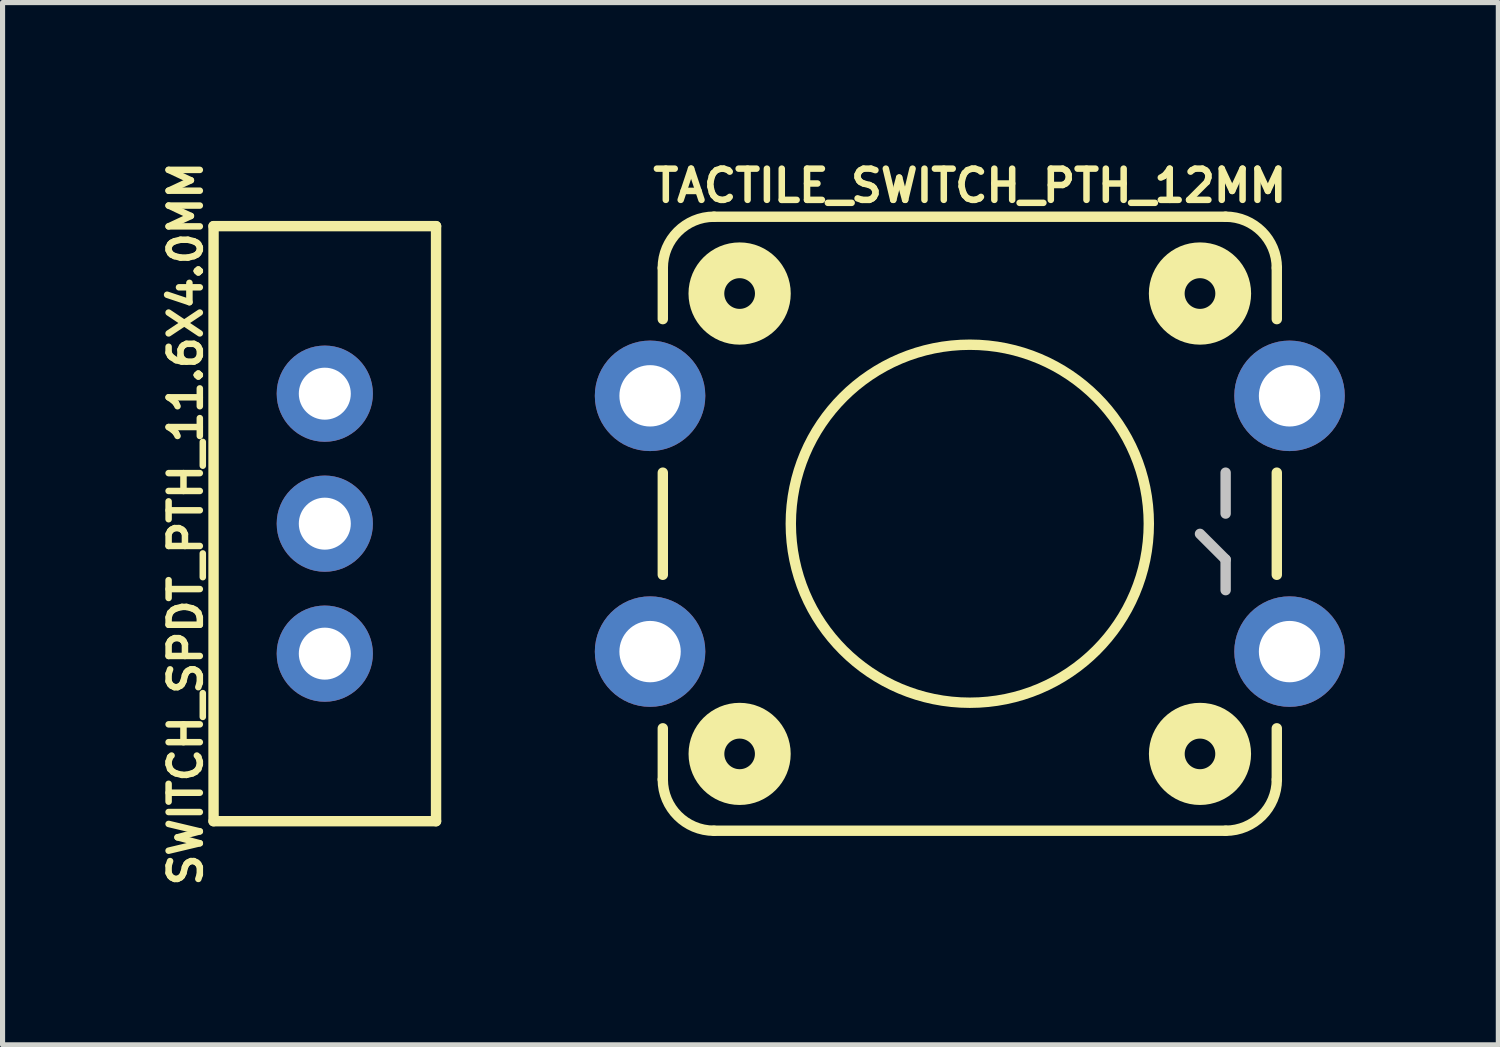
<source format=kicad_pcb>
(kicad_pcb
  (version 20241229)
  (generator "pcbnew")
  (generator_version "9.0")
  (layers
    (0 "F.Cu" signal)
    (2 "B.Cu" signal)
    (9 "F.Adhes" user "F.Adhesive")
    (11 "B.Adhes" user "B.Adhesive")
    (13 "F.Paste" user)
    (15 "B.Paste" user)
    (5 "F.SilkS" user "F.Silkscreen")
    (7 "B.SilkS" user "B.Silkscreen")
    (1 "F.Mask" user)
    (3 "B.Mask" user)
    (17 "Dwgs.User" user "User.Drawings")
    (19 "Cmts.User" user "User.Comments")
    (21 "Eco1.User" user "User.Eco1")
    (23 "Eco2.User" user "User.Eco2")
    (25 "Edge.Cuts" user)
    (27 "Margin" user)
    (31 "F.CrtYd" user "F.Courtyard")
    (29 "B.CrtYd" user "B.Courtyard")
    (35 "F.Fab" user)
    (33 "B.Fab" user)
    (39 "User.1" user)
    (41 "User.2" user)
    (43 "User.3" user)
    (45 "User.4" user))
  (footprint "SWITCH_SPDT_PTH_11.6X4.0MM"
    (layer "F.Cu")
    (at 3.297 7.183)
    (property "Reference" "SWITCH_SPDT_PTH_11.6X4.0MM" (at -2.718 0 90) (layer "F.SilkS") (effects (font (size 0.61 0.61) (thickness 0.127))))
    (attr exclude_from_pos_files exclude_from_bom)
    (fp_line (start -2.174 -5.814) (end -2.174 5.814) (stroke (width 0.203) (type solid)) (layer "F.SilkS"))
    (fp_line (start -2.174 5.814) (end 2.174 5.814) (stroke (width 0.203) (type solid)) (layer "F.SilkS"))
    (fp_line (start 2.174 -5.814) (end -2.174 -5.814) (stroke (width 0.203) (type solid)) (layer "F.SilkS"))
    (fp_line (start 2.174 5.814) (end 2.174 -5.814) (stroke (width 0.203) (type solid)) (layer "F.SilkS"))
    (pad "1" thru_hole circle (at 0 -2.54) (size 1.88 1.88) (drill 1.016) (layers "*.Cu" "*.Mask"))
    (pad "2" thru_hole circle (at 0 0) (size 1.88 1.88) (drill 1.016) (layers "*.Cu" "*.Mask"))
    (pad "3" thru_hole circle (at 0 2.54) (size 1.88 1.88) (drill 1.016) (layers "*.Cu" "*.Mask")))
  (footprint "TACTILE_SWITCH_PTH_12MM"
    (layer "F.Cu")
    (at 15.901 7.184)
    (property "Reference" "TACTILE_SWITCH_PTH_12MM" (at 0 -6.604 0) (layer "F.SilkS") (effects (font (size 0.61 0.61) (thickness 0.127))))
    (attr exclude_from_pos_files exclude_from_bom)
    (fp_line (start -5.999 -3.998) (end -5.999 -4.999) (stroke (width 0.203) (type solid)) (layer "F.SilkS"))
    (fp_line (start -5.999 0.998) (end -5.999 -0.998) (stroke (width 0.203) (type solid)) (layer "F.SilkS"))
    (fp_line (start -5.999 4.999) (end -5.999 3.998) (stroke (width 0.203) (type solid)) (layer "F.SilkS"))
    (fp_line (start -4.999 -5.999) (end 4.999 -5.999) (stroke (width 0.203) (type solid)) (layer "F.SilkS"))
    (fp_line (start 4.999 5.999) (end -4.999 5.999) (stroke (width 0.203) (type solid)) (layer "F.SilkS"))
    (fp_line (start 5.999 -4.999) (end 5.999 -3.998) (stroke (width 0.203) (type solid)) (layer "F.SilkS"))
    (fp_line (start 5.999 -0.998) (end 5.999 0.998) (stroke (width 0.203) (type solid)) (layer "F.SilkS"))
    (fp_line (start 5.999 3.998) (end 5.999 4.999) (stroke (width 0.203) (type solid)) (layer "F.SilkS"))
    (fp_arc (start -5.99948 -4.99872) (mid -5.706364 -5.706364) (end -4.99872 -5.99948) (stroke (width 0.2032) (type solid)) (layer "F.SilkS"))
    (fp_arc (start -4.99872 5.99948) (mid -5.706364 5.706364) (end -5.99948 4.99872) (stroke (width 0.2032) (type solid)) (layer "F.SilkS"))
    (fp_arc (start 4.99872 -5.99948) (mid 5.706364 -5.706364) (end 5.99948 -4.99872) (stroke (width 0.2032) (type solid)) (layer "F.SilkS"))
    (fp_arc (start 5.99948 4.99872) (mid 5.706364 5.706364) (end 4.99872 5.99948) (stroke (width 0.2032) (type solid)) (layer "F.SilkS"))
    (fp_circle (center -4.498 -4.498) (end -4.498 -4.798) (stroke (width 0.699) (type solid)) (fill no) (layer "F.SilkS"))
    (fp_circle (center -4.498 4.498) (end -4.498 4.199) (stroke (width 0.699) (type solid)) (fill no) (layer "F.SilkS"))
    (fp_circle (center 0 0) (end 0 -3.498) (stroke (width 0.203) (type solid)) (fill no) (layer "F.SilkS"))
    (fp_circle (center 4.498 -4.498) (end 4.498 -4.798) (stroke (width 0.699) (type solid)) (fill no) (layer "F.SilkS"))
    (fp_circle (center 4.498 4.498) (end 4.498 4.199) (stroke (width 0.699) (type solid)) (fill no) (layer "F.SilkS"))
    (fp_line (start 4.999 -0.198) (end 4.999 -0.998) (stroke (width 0.203) (type solid)) (layer "Dwgs.User"))
    (fp_line (start 4.999 0.699) (end 4.498 0.198) (stroke (width 0.203) (type solid)) (layer "Dwgs.User"))
    (fp_line (start 4.999 1.298) (end 4.999 0.699) (stroke (width 0.203) (type solid)) (layer "Dwgs.User"))
    (pad "1" thru_hole circle (at 6.248 2.499) (size 2.159 2.159) (drill 1.199) (layers "*.Cu" "*.Mask"))
    (pad "2" thru_hole circle (at -6.248 2.499) (size 2.159 2.159) (drill 1.199) (layers "*.Cu" "*.Mask"))
    (pad "3" thru_hole circle (at 6.248 -2.499) (size 2.159 2.159) (drill 1.199) (layers "*.Cu" "*.Mask"))
    (pad "4" thru_hole circle (at -6.248 -2.499) (size 2.159 2.159) (drill 1.199) (layers "*.Cu" "*.Mask")))
  (gr_rect
    (start -3 -3)
    (end 26.229 17.367)
    (stroke (width 0.1) (type default))
    (fill no)
    (layer "Edge.Cuts")))
</source>
